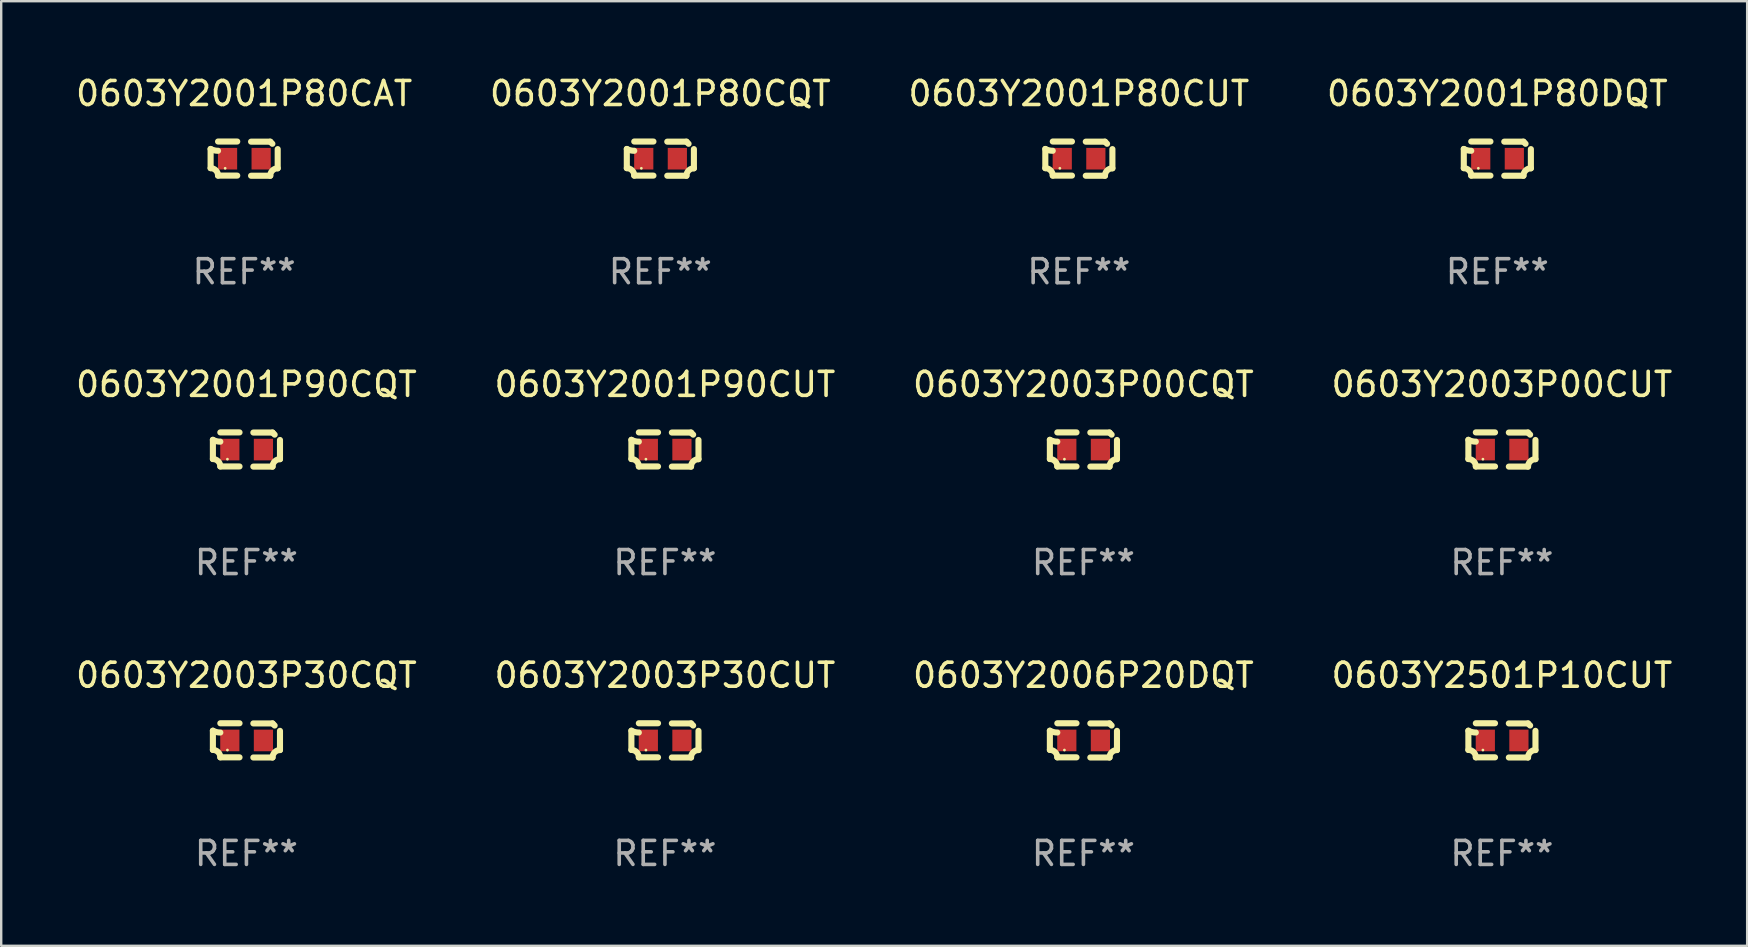
<source format=kicad_pcb>
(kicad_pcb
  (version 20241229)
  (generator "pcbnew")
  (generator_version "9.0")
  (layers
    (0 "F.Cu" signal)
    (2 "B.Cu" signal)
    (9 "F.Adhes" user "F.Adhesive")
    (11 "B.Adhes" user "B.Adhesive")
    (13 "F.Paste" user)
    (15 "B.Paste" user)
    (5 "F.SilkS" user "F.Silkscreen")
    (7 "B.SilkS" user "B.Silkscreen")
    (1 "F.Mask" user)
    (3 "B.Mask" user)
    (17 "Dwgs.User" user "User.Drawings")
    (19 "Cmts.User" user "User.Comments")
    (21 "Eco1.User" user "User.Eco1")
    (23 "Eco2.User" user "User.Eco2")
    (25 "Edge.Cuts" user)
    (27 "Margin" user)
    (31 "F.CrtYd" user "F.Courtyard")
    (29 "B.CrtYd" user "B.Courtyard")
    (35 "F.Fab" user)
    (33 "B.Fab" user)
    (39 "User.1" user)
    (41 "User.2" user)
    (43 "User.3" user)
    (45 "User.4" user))
  (footprint "0603Y2003P00CQT"
    (layer "F.Cu")
    (at 42.101 15.683)
    (property "Reference" "0603Y2003P00CQT" (at 0 -2.713 0) (layer "F.SilkS") (effects (font (size 1 1) (thickness 0.15))))
    (attr through_hole)
    (fp_line (start -1.398 -0.403) (end -1.398 0.397) (stroke (width 0.254) (type solid)) (layer "F.SilkS"))
    (fp_line (start -0.288 -0.713) (end -1.088 -0.713) (stroke (width 0.254) (type solid)) (layer "F.SilkS"))
    (fp_line (start -0.288 0.707) (end -1.088 0.707) (stroke (width 0.254) (type solid)) (layer "F.SilkS"))
    (fp_line (start 0.288 -0.707) (end 1.088 -0.707) (stroke (width 0.254) (type solid)) (layer "F.SilkS"))
    (fp_line (start 0.288 0.713) (end 1.088 0.713) (stroke (width 0.254) (type solid)) (layer "F.SilkS"))
    (fp_line (start 1.398 -0.397) (end 1.398 0.403) (stroke (width 0.254) (type solid)) (layer "F.SilkS"))
    (fp_arc (start -1.397789 0.397066) (mid -1.178701 0.487826) (end -1.08796 0.706922) (stroke (width 0.254001) (type solid)) (layer "F.SilkS"))
    (fp_arc (start -1.08796 -0.327176) (mid -1.247436 -0.346384) (end -1.39779 -0.402908) (stroke (width 0.254001) (type solid)) (layer "F.SilkS"))
    (fp_arc (start 1.087909 0.712738) (mid 1.178656 0.493655) (end 1.397739 0.402908) (stroke (width 0.254001) (type solid)) (layer "F.SilkS"))
    (fp_arc (start 1.175925 -0.618926) (mid 1.131917 -0.662923) (end 1.08791 -0.706922) (stroke (width 0.254001) (type solid)) (layer "F.SilkS"))
    (fp_circle (center -0.792 0.403) (end -0.762 0.403) (stroke (width 0.06) (type solid)) (fill no) (layer "F.SilkS"))
    (fp_text user "REF**" (at 0 4.713 0) (layer "F.Fab") (effects (font (size 1 1) (thickness 0.15))))
    (pad "1" smd rect (at -0.692 0.003) (size 0.8 0.9) (layers "F.Cu" "F.Mask" "F.Paste"))
    (pad "2" smd rect (at 0.708 0.003) (size 0.8 0.9) (layers "F.Cu" "F.Mask" "F.Paste")))
  (footprint "0603Y2001P80CAT"
    (layer "F.Cu")
    (at 7.125 3.561)
    (property "Reference" "0603Y2001P80CAT" (at 0 -2.713 0) (layer "F.SilkS") (effects (font (size 1 1) (thickness 0.15))))
    (attr through_hole)
    (fp_line (start -1.398 -0.403) (end -1.398 0.397) (stroke (width 0.254) (type solid)) (layer "F.SilkS"))
    (fp_line (start -0.288 -0.713) (end -1.088 -0.713) (stroke (width 0.254) (type solid)) (layer "F.SilkS"))
    (fp_line (start -0.288 0.707) (end -1.088 0.707) (stroke (width 0.254) (type solid)) (layer "F.SilkS"))
    (fp_line (start 0.288 -0.707) (end 1.088 -0.707) (stroke (width 0.254) (type solid)) (layer "F.SilkS"))
    (fp_line (start 0.288 0.713) (end 1.088 0.713) (stroke (width 0.254) (type solid)) (layer "F.SilkS"))
    (fp_line (start 1.398 -0.397) (end 1.398 0.403) (stroke (width 0.254) (type solid)) (layer "F.SilkS"))
    (fp_arc (start -1.397789 0.397066) (mid -1.178701 0.487826) (end -1.08796 0.706922) (stroke (width 0.254001) (type solid)) (layer "F.SilkS"))
    (fp_arc (start -1.08796 -0.327176) (mid -1.247436 -0.346384) (end -1.39779 -0.402908) (stroke (width 0.254001) (type solid)) (layer "F.SilkS"))
    (fp_arc (start 1.087909 0.712738) (mid 1.178656 0.493655) (end 1.397739 0.402908) (stroke (width 0.254001) (type solid)) (layer "F.SilkS"))
    (fp_arc (start 1.175925 -0.618926) (mid 1.131917 -0.662923) (end 1.08791 -0.706922) (stroke (width 0.254001) (type solid)) (layer "F.SilkS"))
    (fp_circle (center -0.792 0.403) (end -0.762 0.403) (stroke (width 0.06) (type solid)) (fill no) (layer "F.SilkS"))
    (fp_text user "REF**" (at 0 4.713 0) (layer "F.Fab") (effects (font (size 1 1) (thickness 0.15))))
    (pad "1" smd rect (at -0.692 0.003) (size 0.8 0.9) (layers "F.Cu" "F.Mask" "F.Paste"))
    (pad "2" smd rect (at 0.708 0.003) (size 0.8 0.9) (layers "F.Cu" "F.Mask" "F.Paste")))
  (footprint "0603Y2006P20DQT"
    (layer "F.Cu")
    (at 42.101 27.805)
    (property "Reference" "0603Y2006P20DQT" (at 0 -2.713 0) (layer "F.SilkS") (effects (font (size 1 1) (thickness 0.15))))
    (attr through_hole)
    (fp_line (start -1.398 -0.403) (end -1.398 0.397) (stroke (width 0.254) (type solid)) (layer "F.SilkS"))
    (fp_line (start -0.288 -0.713) (end -1.088 -0.713) (stroke (width 0.254) (type solid)) (layer "F.SilkS"))
    (fp_line (start -0.288 0.707) (end -1.088 0.707) (stroke (width 0.254) (type solid)) (layer "F.SilkS"))
    (fp_line (start 0.288 -0.707) (end 1.088 -0.707) (stroke (width 0.254) (type solid)) (layer "F.SilkS"))
    (fp_line (start 0.288 0.713) (end 1.088 0.713) (stroke (width 0.254) (type solid)) (layer "F.SilkS"))
    (fp_line (start 1.398 -0.397) (end 1.398 0.403) (stroke (width 0.254) (type solid)) (layer "F.SilkS"))
    (fp_arc (start -1.397789 0.397066) (mid -1.178701 0.487826) (end -1.08796 0.706922) (stroke (width 0.254001) (type solid)) (layer "F.SilkS"))
    (fp_arc (start -1.08796 -0.327176) (mid -1.247436 -0.346384) (end -1.39779 -0.402908) (stroke (width 0.254001) (type solid)) (layer "F.SilkS"))
    (fp_arc (start 1.087909 0.712738) (mid 1.178656 0.493655) (end 1.397739 0.402908) (stroke (width 0.254001) (type solid)) (layer "F.SilkS"))
    (fp_arc (start 1.175925 -0.618926) (mid 1.131917 -0.662923) (end 1.08791 -0.706922) (stroke (width 0.254001) (type solid)) (layer "F.SilkS"))
    (fp_circle (center -0.792 0.403) (end -0.762 0.403) (stroke (width 0.06) (type solid)) (fill no) (layer "F.SilkS"))
    (fp_text user "REF**" (at 0 4.713 0) (layer "F.Fab") (effects (font (size 1 1) (thickness 0.15))))
    (pad "1" smd rect (at -0.692 0.003) (size 0.8 0.9) (layers "F.Cu" "F.Mask" "F.Paste"))
    (pad "2" smd rect (at 0.708 0.003) (size 0.8 0.9) (layers "F.Cu" "F.Mask" "F.Paste")))
  (footprint "0603Y2001P90CUT"
    (layer "F.Cu")
    (at 24.661 15.683)
    (property "Reference" "0603Y2001P90CUT" (at 0 -2.713 0) (layer "F.SilkS") (effects (font (size 1 1) (thickness 0.15))))
    (attr through_hole)
    (fp_line (start -1.398 -0.403) (end -1.398 0.397) (stroke (width 0.254) (type solid)) (layer "F.SilkS"))
    (fp_line (start -0.288 -0.713) (end -1.088 -0.713) (stroke (width 0.254) (type solid)) (layer "F.SilkS"))
    (fp_line (start -0.288 0.707) (end -1.088 0.707) (stroke (width 0.254) (type solid)) (layer "F.SilkS"))
    (fp_line (start 0.288 -0.707) (end 1.088 -0.707) (stroke (width 0.254) (type solid)) (layer "F.SilkS"))
    (fp_line (start 0.288 0.713) (end 1.088 0.713) (stroke (width 0.254) (type solid)) (layer "F.SilkS"))
    (fp_line (start 1.398 -0.397) (end 1.398 0.403) (stroke (width 0.254) (type solid)) (layer "F.SilkS"))
    (fp_arc (start -1.397789 0.397066) (mid -1.178701 0.487826) (end -1.08796 0.706922) (stroke (width 0.254001) (type solid)) (layer "F.SilkS"))
    (fp_arc (start -1.08796 -0.327176) (mid -1.247436 -0.346384) (end -1.39779 -0.402908) (stroke (width 0.254001) (type solid)) (layer "F.SilkS"))
    (fp_arc (start 1.087909 0.712738) (mid 1.178656 0.493655) (end 1.397739 0.402908) (stroke (width 0.254001) (type solid)) (layer "F.SilkS"))
    (fp_arc (start 1.175925 -0.618926) (mid 1.131917 -0.662923) (end 1.08791 -0.706922) (stroke (width 0.254001) (type solid)) (layer "F.SilkS"))
    (fp_circle (center -0.792 0.403) (end -0.762 0.403) (stroke (width 0.06) (type solid)) (fill no) (layer "F.SilkS"))
    (fp_text user "REF**" (at 0 4.713 0) (layer "F.Fab") (effects (font (size 1 1) (thickness 0.15))))
    (pad "1" smd rect (at -0.692 0.003) (size 0.8 0.9) (layers "F.Cu" "F.Mask" "F.Paste"))
    (pad "2" smd rect (at 0.708 0.003) (size 0.8 0.9) (layers "F.Cu" "F.Mask" "F.Paste")))
  (footprint "0603Y2001P90CQT"
    (layer "F.Cu")
    (at 7.22 15.683)
    (property "Reference" "0603Y2001P90CQT" (at 0 -2.713 0) (layer "F.SilkS") (effects (font (size 1 1) (thickness 0.15))))
    (attr through_hole)
    (fp_line (start -1.398 -0.403) (end -1.398 0.397) (stroke (width 0.254) (type solid)) (layer "F.SilkS"))
    (fp_line (start -0.288 -0.713) (end -1.088 -0.713) (stroke (width 0.254) (type solid)) (layer "F.SilkS"))
    (fp_line (start -0.288 0.707) (end -1.088 0.707) (stroke (width 0.254) (type solid)) (layer "F.SilkS"))
    (fp_line (start 0.288 -0.707) (end 1.088 -0.707) (stroke (width 0.254) (type solid)) (layer "F.SilkS"))
    (fp_line (start 0.288 0.713) (end 1.088 0.713) (stroke (width 0.254) (type solid)) (layer "F.SilkS"))
    (fp_line (start 1.398 -0.397) (end 1.398 0.403) (stroke (width 0.254) (type solid)) (layer "F.SilkS"))
    (fp_arc (start -1.397789 0.397066) (mid -1.178701 0.487826) (end -1.08796 0.706922) (stroke (width 0.254001) (type solid)) (layer "F.SilkS"))
    (fp_arc (start -1.08796 -0.327176) (mid -1.247436 -0.346384) (end -1.39779 -0.402908) (stroke (width 0.254001) (type solid)) (layer "F.SilkS"))
    (fp_arc (start 1.087909 0.712738) (mid 1.178656 0.493655) (end 1.397739 0.402908) (stroke (width 0.254001) (type solid)) (layer "F.SilkS"))
    (fp_arc (start 1.175925 -0.618926) (mid 1.131917 -0.662923) (end 1.08791 -0.706922) (stroke (width 0.254001) (type solid)) (layer "F.SilkS"))
    (fp_circle (center -0.792 0.403) (end -0.762 0.403) (stroke (width 0.06) (type solid)) (fill no) (layer "F.SilkS"))
    (fp_text user "REF**" (at 0 4.713 0) (layer "F.Fab") (effects (font (size 1 1) (thickness 0.15))))
    (pad "1" smd rect (at -0.692 0.003) (size 0.8 0.9) (layers "F.Cu" "F.Mask" "F.Paste"))
    (pad "2" smd rect (at 0.708 0.003) (size 0.8 0.9) (layers "F.Cu" "F.Mask" "F.Paste")))
  (footprint "0603Y2501P10CUT"
    (layer "F.Cu")
    (at 59.542 27.805)
    (property "Reference" "0603Y2501P10CUT" (at 0 -2.713 0) (layer "F.SilkS") (effects (font (size 1 1) (thickness 0.15))))
    (attr through_hole)
    (fp_line (start -1.398 -0.403) (end -1.398 0.397) (stroke (width 0.254) (type solid)) (layer "F.SilkS"))
    (fp_line (start -0.288 -0.713) (end -1.088 -0.713) (stroke (width 0.254) (type solid)) (layer "F.SilkS"))
    (fp_line (start -0.288 0.707) (end -1.088 0.707) (stroke (width 0.254) (type solid)) (layer "F.SilkS"))
    (fp_line (start 0.288 -0.707) (end 1.088 -0.707) (stroke (width 0.254) (type solid)) (layer "F.SilkS"))
    (fp_line (start 0.288 0.713) (end 1.088 0.713) (stroke (width 0.254) (type solid)) (layer "F.SilkS"))
    (fp_line (start 1.398 -0.397) (end 1.398 0.403) (stroke (width 0.254) (type solid)) (layer "F.SilkS"))
    (fp_arc (start -1.397789 0.397066) (mid -1.178701 0.487826) (end -1.08796 0.706922) (stroke (width 0.254001) (type solid)) (layer "F.SilkS"))
    (fp_arc (start -1.08796 -0.327176) (mid -1.247436 -0.346384) (end -1.39779 -0.402908) (stroke (width 0.254001) (type solid)) (layer "F.SilkS"))
    (fp_arc (start 1.087909 0.712738) (mid 1.178656 0.493655) (end 1.397739 0.402908) (stroke (width 0.254001) (type solid)) (layer "F.SilkS"))
    (fp_arc (start 1.175925 -0.618926) (mid 1.131917 -0.662923) (end 1.08791 -0.706922) (stroke (width 0.254001) (type solid)) (layer "F.SilkS"))
    (fp_circle (center -0.792 0.403) (end -0.762 0.403) (stroke (width 0.06) (type solid)) (fill no) (layer "F.SilkS"))
    (fp_text user "REF**" (at 0 4.713 0) (layer "F.Fab") (effects (font (size 1 1) (thickness 0.15))))
    (pad "1" smd rect (at -0.692 0.003) (size 0.8 0.9) (layers "F.Cu" "F.Mask" "F.Paste"))
    (pad "2" smd rect (at 0.708 0.003) (size 0.8 0.9) (layers "F.Cu" "F.Mask" "F.Paste")))
  (footprint "0603Y2001P80CQT"
    (layer "F.Cu")
    (at 24.47 3.561)
    (property "Reference" "0603Y2001P80CQT" (at 0 -2.713 0) (layer "F.SilkS") (effects (font (size 1 1) (thickness 0.15))))
    (attr through_hole)
    (fp_line (start -1.398 -0.403) (end -1.398 0.397) (stroke (width 0.254) (type solid)) (layer "F.SilkS"))
    (fp_line (start -0.288 -0.713) (end -1.088 -0.713) (stroke (width 0.254) (type solid)) (layer "F.SilkS"))
    (fp_line (start -0.288 0.707) (end -1.088 0.707) (stroke (width 0.254) (type solid)) (layer "F.SilkS"))
    (fp_line (start 0.288 -0.707) (end 1.088 -0.707) (stroke (width 0.254) (type solid)) (layer "F.SilkS"))
    (fp_line (start 0.288 0.713) (end 1.088 0.713) (stroke (width 0.254) (type solid)) (layer "F.SilkS"))
    (fp_line (start 1.398 -0.397) (end 1.398 0.403) (stroke (width 0.254) (type solid)) (layer "F.SilkS"))
    (fp_arc (start -1.397789 0.397066) (mid -1.178701 0.487826) (end -1.08796 0.706922) (stroke (width 0.254001) (type solid)) (layer "F.SilkS"))
    (fp_arc (start -1.08796 -0.327176) (mid -1.247436 -0.346384) (end -1.39779 -0.402908) (stroke (width 0.254001) (type solid)) (layer "F.SilkS"))
    (fp_arc (start 1.087909 0.712738) (mid 1.178656 0.493655) (end 1.397739 0.402908) (stroke (width 0.254001) (type solid)) (layer "F.SilkS"))
    (fp_arc (start 1.175925 -0.618926) (mid 1.131917 -0.662923) (end 1.08791 -0.706922) (stroke (width 0.254001) (type solid)) (layer "F.SilkS"))
    (fp_circle (center -0.792 0.403) (end -0.762 0.403) (stroke (width 0.06) (type solid)) (fill no) (layer "F.SilkS"))
    (fp_text user "REF**" (at 0 4.713 0) (layer "F.Fab") (effects (font (size 1 1) (thickness 0.15))))
    (pad "1" smd rect (at -0.692 0.003) (size 0.8 0.9) (layers "F.Cu" "F.Mask" "F.Paste"))
    (pad "2" smd rect (at 0.708 0.003) (size 0.8 0.9) (layers "F.Cu" "F.Mask" "F.Paste")))
  (footprint "0603Y2001P80CUT"
    (layer "F.Cu")
    (at 41.911 3.561)
    (property "Reference" "0603Y2001P80CUT" (at 0 -2.713 0) (layer "F.SilkS") (effects (font (size 1 1) (thickness 0.15))))
    (attr through_hole)
    (fp_line (start -1.398 -0.403) (end -1.398 0.397) (stroke (width 0.254) (type solid)) (layer "F.SilkS"))
    (fp_line (start -0.288 -0.713) (end -1.088 -0.713) (stroke (width 0.254) (type solid)) (layer "F.SilkS"))
    (fp_line (start -0.288 0.707) (end -1.088 0.707) (stroke (width 0.254) (type solid)) (layer "F.SilkS"))
    (fp_line (start 0.288 -0.707) (end 1.088 -0.707) (stroke (width 0.254) (type solid)) (layer "F.SilkS"))
    (fp_line (start 0.288 0.713) (end 1.088 0.713) (stroke (width 0.254) (type solid)) (layer "F.SilkS"))
    (fp_line (start 1.398 -0.397) (end 1.398 0.403) (stroke (width 0.254) (type solid)) (layer "F.SilkS"))
    (fp_arc (start -1.397789 0.397066) (mid -1.178701 0.487826) (end -1.08796 0.706922) (stroke (width 0.254001) (type solid)) (layer "F.SilkS"))
    (fp_arc (start -1.08796 -0.327176) (mid -1.247436 -0.346384) (end -1.39779 -0.402908) (stroke (width 0.254001) (type solid)) (layer "F.SilkS"))
    (fp_arc (start 1.087909 0.712738) (mid 1.178656 0.493655) (end 1.397739 0.402908) (stroke (width 0.254001) (type solid)) (layer "F.SilkS"))
    (fp_arc (start 1.175925 -0.618926) (mid 1.131917 -0.662923) (end 1.08791 -0.706922) (stroke (width 0.254001) (type solid)) (layer "F.SilkS"))
    (fp_circle (center -0.792 0.403) (end -0.762 0.403) (stroke (width 0.06) (type solid)) (fill no) (layer "F.SilkS"))
    (fp_text user "REF**" (at 0 4.713 0) (layer "F.Fab") (effects (font (size 1 1) (thickness 0.15))))
    (pad "1" smd rect (at -0.692 0.003) (size 0.8 0.9) (layers "F.Cu" "F.Mask" "F.Paste"))
    (pad "2" smd rect (at 0.708 0.003) (size 0.8 0.9) (layers "F.Cu" "F.Mask" "F.Paste")))
  (footprint "0603Y2003P00CUT"
    (layer "F.Cu")
    (at 59.542 15.683)
    (property "Reference" "0603Y2003P00CUT" (at 0 -2.713 0) (layer "F.SilkS") (effects (font (size 1 1) (thickness 0.15))))
    (attr through_hole)
    (fp_line (start -1.398 -0.403) (end -1.398 0.397) (stroke (width 0.254) (type solid)) (layer "F.SilkS"))
    (fp_line (start -0.288 -0.713) (end -1.088 -0.713) (stroke (width 0.254) (type solid)) (layer "F.SilkS"))
    (fp_line (start -0.288 0.707) (end -1.088 0.707) (stroke (width 0.254) (type solid)) (layer "F.SilkS"))
    (fp_line (start 0.288 -0.707) (end 1.088 -0.707) (stroke (width 0.254) (type solid)) (layer "F.SilkS"))
    (fp_line (start 0.288 0.713) (end 1.088 0.713) (stroke (width 0.254) (type solid)) (layer "F.SilkS"))
    (fp_line (start 1.398 -0.397) (end 1.398 0.403) (stroke (width 0.254) (type solid)) (layer "F.SilkS"))
    (fp_arc (start -1.397789 0.397066) (mid -1.178701 0.487826) (end -1.08796 0.706922) (stroke (width 0.254001) (type solid)) (layer "F.SilkS"))
    (fp_arc (start -1.08796 -0.327176) (mid -1.247436 -0.346384) (end -1.39779 -0.402908) (stroke (width 0.254001) (type solid)) (layer "F.SilkS"))
    (fp_arc (start 1.087909 0.712738) (mid 1.178656 0.493655) (end 1.397739 0.402908) (stroke (width 0.254001) (type solid)) (layer "F.SilkS"))
    (fp_arc (start 1.175925 -0.618926) (mid 1.131917 -0.662923) (end 1.08791 -0.706922) (stroke (width 0.254001) (type solid)) (layer "F.SilkS"))
    (fp_circle (center -0.792 0.403) (end -0.762 0.403) (stroke (width 0.06) (type solid)) (fill no) (layer "F.SilkS"))
    (fp_text user "REF**" (at 0 4.713 0) (layer "F.Fab") (effects (font (size 1 1) (thickness 0.15))))
    (pad "1" smd rect (at -0.692 0.003) (size 0.8 0.9) (layers "F.Cu" "F.Mask" "F.Paste"))
    (pad "2" smd rect (at 0.708 0.003) (size 0.8 0.9) (layers "F.Cu" "F.Mask" "F.Paste")))
  (footprint "0603Y2003P30CQT"
    (layer "F.Cu")
    (at 7.22 27.805)
    (property "Reference" "0603Y2003P30CQT" (at 0 -2.713 0) (layer "F.SilkS") (effects (font (size 1 1) (thickness 0.15))))
    (attr through_hole)
    (fp_line (start -1.398 -0.403) (end -1.398 0.397) (stroke (width 0.254) (type solid)) (layer "F.SilkS"))
    (fp_line (start -0.288 -0.713) (end -1.088 -0.713) (stroke (width 0.254) (type solid)) (layer "F.SilkS"))
    (fp_line (start -0.288 0.707) (end -1.088 0.707) (stroke (width 0.254) (type solid)) (layer "F.SilkS"))
    (fp_line (start 0.288 -0.707) (end 1.088 -0.707) (stroke (width 0.254) (type solid)) (layer "F.SilkS"))
    (fp_line (start 0.288 0.713) (end 1.088 0.713) (stroke (width 0.254) (type solid)) (layer "F.SilkS"))
    (fp_line (start 1.398 -0.397) (end 1.398 0.403) (stroke (width 0.254) (type solid)) (layer "F.SilkS"))
    (fp_arc (start -1.397789 0.397066) (mid -1.178701 0.487826) (end -1.08796 0.706922) (stroke (width 0.254001) (type solid)) (layer "F.SilkS"))
    (fp_arc (start -1.08796 -0.327176) (mid -1.247436 -0.346384) (end -1.39779 -0.402908) (stroke (width 0.254001) (type solid)) (layer "F.SilkS"))
    (fp_arc (start 1.087909 0.712738) (mid 1.178656 0.493655) (end 1.397739 0.402908) (stroke (width 0.254001) (type solid)) (layer "F.SilkS"))
    (fp_arc (start 1.175925 -0.618926) (mid 1.131917 -0.662923) (end 1.08791 -0.706922) (stroke (width 0.254001) (type solid)) (layer "F.SilkS"))
    (fp_circle (center -0.792 0.403) (end -0.762 0.403) (stroke (width 0.06) (type solid)) (fill no) (layer "F.SilkS"))
    (fp_text user "REF**" (at 0 4.713 0) (layer "F.Fab") (effects (font (size 1 1) (thickness 0.15))))
    (pad "1" smd rect (at -0.692 0.003) (size 0.8 0.9) (layers "F.Cu" "F.Mask" "F.Paste"))
    (pad "2" smd rect (at 0.708 0.003) (size 0.8 0.9) (layers "F.Cu" "F.Mask" "F.Paste")))
  (footprint "0603Y2001P80DQT"
    (layer "F.Cu")
    (at 59.351 3.561)
    (property "Reference" "0603Y2001P80DQT" (at 0 -2.713 0) (layer "F.SilkS") (effects (font (size 1 1) (thickness 0.15))))
    (attr through_hole)
    (fp_line (start -1.398 -0.403) (end -1.398 0.397) (stroke (width 0.254) (type solid)) (layer "F.SilkS"))
    (fp_line (start -0.288 -0.713) (end -1.088 -0.713) (stroke (width 0.254) (type solid)) (layer "F.SilkS"))
    (fp_line (start -0.288 0.707) (end -1.088 0.707) (stroke (width 0.254) (type solid)) (layer "F.SilkS"))
    (fp_line (start 0.288 -0.707) (end 1.088 -0.707) (stroke (width 0.254) (type solid)) (layer "F.SilkS"))
    (fp_line (start 0.288 0.713) (end 1.088 0.713) (stroke (width 0.254) (type solid)) (layer "F.SilkS"))
    (fp_line (start 1.398 -0.397) (end 1.398 0.403) (stroke (width 0.254) (type solid)) (layer "F.SilkS"))
    (fp_arc (start -1.397789 0.397066) (mid -1.178701 0.487826) (end -1.08796 0.706922) (stroke (width 0.254001) (type solid)) (layer "F.SilkS"))
    (fp_arc (start -1.08796 -0.327176) (mid -1.247436 -0.346384) (end -1.39779 -0.402908) (stroke (width 0.254001) (type solid)) (layer "F.SilkS"))
    (fp_arc (start 1.087909 0.712738) (mid 1.178656 0.493655) (end 1.397739 0.402908) (stroke (width 0.254001) (type solid)) (layer "F.SilkS"))
    (fp_arc (start 1.175925 -0.618926) (mid 1.131917 -0.662923) (end 1.08791 -0.706922) (stroke (width 0.254001) (type solid)) (layer "F.SilkS"))
    (fp_circle (center -0.792 0.403) (end -0.762 0.403) (stroke (width 0.06) (type solid)) (fill no) (layer "F.SilkS"))
    (fp_text user "REF**" (at 0 4.713 0) (layer "F.Fab") (effects (font (size 1 1) (thickness 0.15))))
    (pad "1" smd rect (at -0.692 0.003) (size 0.8 0.9) (layers "F.Cu" "F.Mask" "F.Paste"))
    (pad "2" smd rect (at 0.708 0.003) (size 0.8 0.9) (layers "F.Cu" "F.Mask" "F.Paste")))
  (footprint "0603Y2003P30CUT"
    (layer "F.Cu")
    (at 24.661 27.805)
    (property "Reference" "0603Y2003P30CUT" (at 0 -2.713 0) (layer "F.SilkS") (effects (font (size 1 1) (thickness 0.15))))
    (attr through_hole)
    (fp_line (start -1.398 -0.403) (end -1.398 0.397) (stroke (width 0.254) (type solid)) (layer "F.SilkS"))
    (fp_line (start -0.288 -0.713) (end -1.088 -0.713) (stroke (width 0.254) (type solid)) (layer "F.SilkS"))
    (fp_line (start -0.288 0.707) (end -1.088 0.707) (stroke (width 0.254) (type solid)) (layer "F.SilkS"))
    (fp_line (start 0.288 -0.707) (end 1.088 -0.707) (stroke (width 0.254) (type solid)) (layer "F.SilkS"))
    (fp_line (start 0.288 0.713) (end 1.088 0.713) (stroke (width 0.254) (type solid)) (layer "F.SilkS"))
    (fp_line (start 1.398 -0.397) (end 1.398 0.403) (stroke (width 0.254) (type solid)) (layer "F.SilkS"))
    (fp_arc (start -1.397789 0.397066) (mid -1.178701 0.487826) (end -1.08796 0.706922) (stroke (width 0.254001) (type solid)) (layer "F.SilkS"))
    (fp_arc (start -1.08796 -0.327176) (mid -1.247436 -0.346384) (end -1.39779 -0.402908) (stroke (width 0.254001) (type solid)) (layer "F.SilkS"))
    (fp_arc (start 1.087909 0.712738) (mid 1.178656 0.493655) (end 1.397739 0.402908) (stroke (width 0.254001) (type solid)) (layer "F.SilkS"))
    (fp_arc (start 1.175925 -0.618926) (mid 1.131917 -0.662923) (end 1.08791 -0.706922) (stroke (width 0.254001) (type solid)) (layer "F.SilkS"))
    (fp_circle (center -0.792 0.403) (end -0.762 0.403) (stroke (width 0.06) (type solid)) (fill no) (layer "F.SilkS"))
    (fp_text user "REF**" (at 0 4.713 0) (layer "F.Fab") (effects (font (size 1 1) (thickness 0.15))))
    (pad "1" smd rect (at -0.692 0.003) (size 0.8 0.9) (layers "F.Cu" "F.Mask" "F.Paste"))
    (pad "2" smd rect (at 0.708 0.003) (size 0.8 0.9) (layers "F.Cu" "F.Mask" "F.Paste")))
  (gr_rect
    (start -3 -3)
    (end 69.762 36.366)
    (stroke (width 0.1) (type default))
    (fill no)
    (layer "Edge.Cuts")))
</source>
